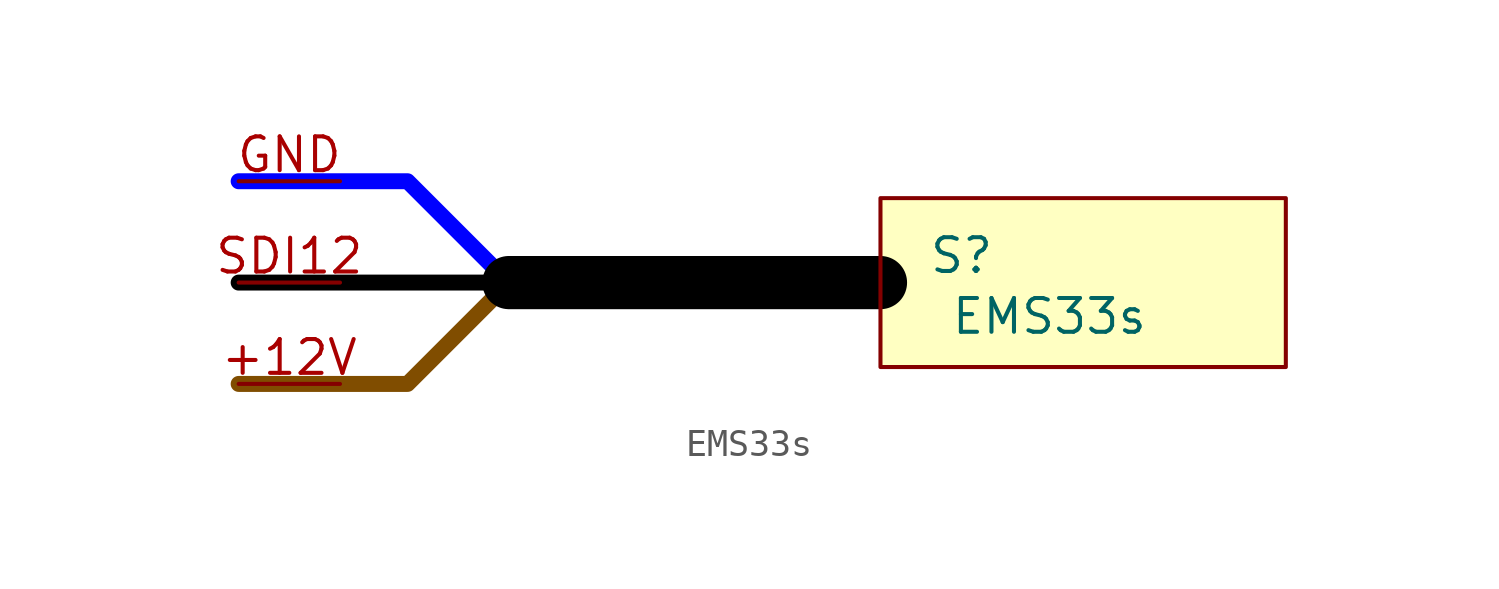
<source format=kicad_sym>
(kicad_symbol_lib
  (version 20231120)
  (generator "kicad_symbol_editor")
  (generator_version "8.0")
  (symbol "EMS33s"
    (property "Reference" "S"
      (at 3.048 1.016 0)
      (effects (font (size 1.27 1.27))))
    (property "Value" "EMS33s"
      (at 6.35 -1.27 0)
      (effects (font (size 1.27 1.27))))
    (symbol "EMS33s_0_1"
      (polyline (pts (xy -13.97 0) (xy -24.13 0)) (stroke (width 0.6) (type default) (color 0 0 0 1)) (fill (type none)))
      (polyline (pts (xy 0 0) (xy -13.97 0)) (stroke (width 2) (type default) (color 0 0 0 1)) (fill (type none)))
      (polyline (pts (xy -24.13 -3.81) (xy -17.78 -3.81) (xy -13.97 0)) (stroke (width 0.6) (type default) (color 128 77 0 1)) (fill (type none)))
      (polyline (pts (xy -24.13 3.81) (xy -17.78 3.81) (xy -13.97 0)) (stroke (width 0.6) (type default) (color 0 0 255 1)) (fill (type none))))
    (symbol "EMS33s_1_1"
      (rectangle (start 0 3.175) (end 15.24 -3.175) (stroke (width 0) (type default)) (fill (type color) (color 255 255 194 1)))
      (pin power_out line (at -24.13 -3.81 0) (length 3.81) (name "" (effects (font (size 1.27 1.27)))) (number "+12V" (effects (font (size 1.27 1.27)))))
      (pin power_out line (at -24.13 3.81 0) (length 3.81) (name "" (effects (font (size 1.27 1.27)))) (number "GND" (effects (font (size 1.27 1.27)))))
      (pin power_out line (at -24.13 0 0) (length 3.81) (name "" (effects (font (size 1.27 1.27)))) (number "SDI12" (effects (font (size 1.27 1.27))))))))
</source>
